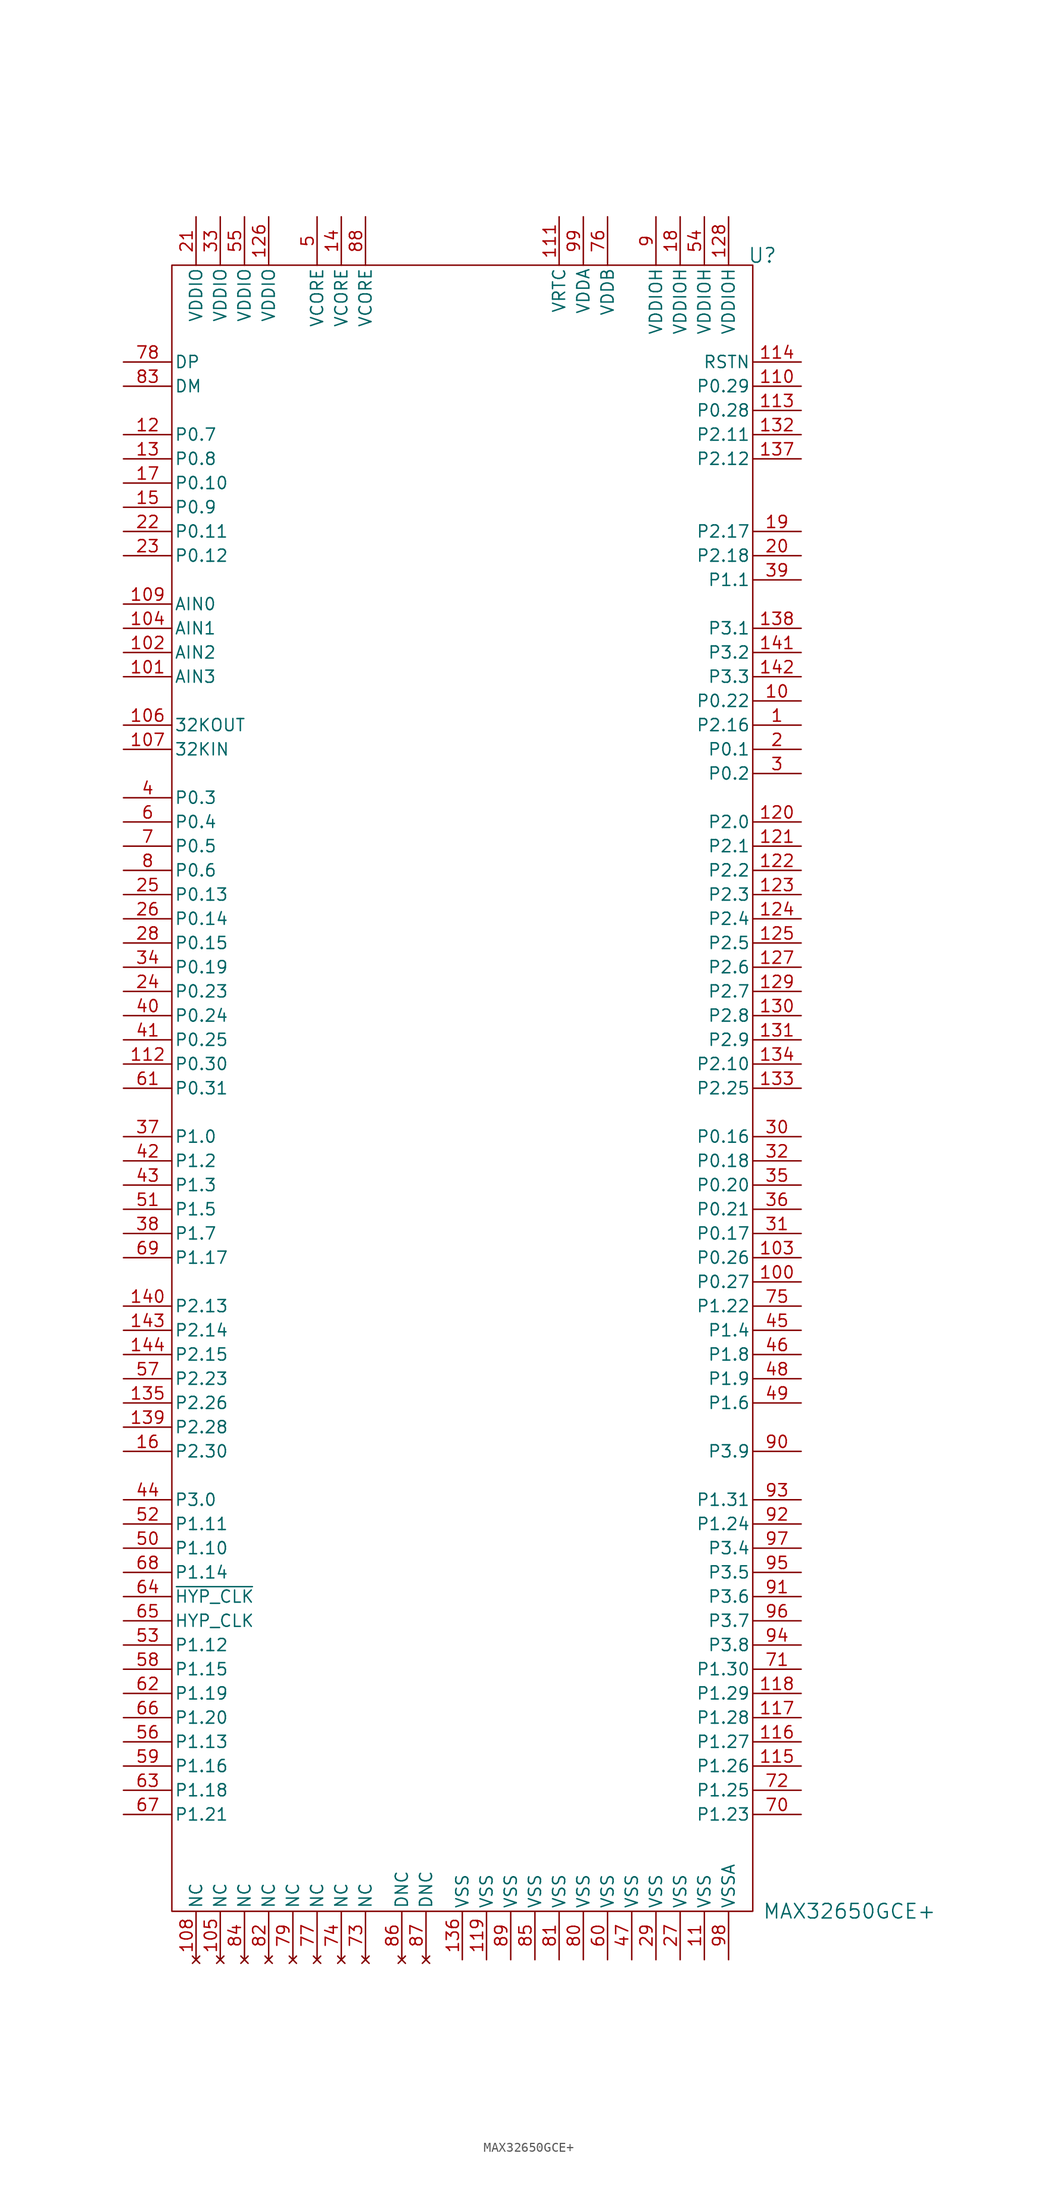
<source format=kicad_sym>
(kicad_symbol_lib
  (version 20231120)
  (generator "kicad_symbol_editor")
  (generator_version "8.0")
  (symbol "MAX32650GCE+"
    (pin_names
      (offset 0.254))
    (property "Reference" "U"
      (at 31.496 89.916 0)
      (effects (font (size 1.524 1.524))))
    (property "Value" "MAX32650GCE+"
      (at 31.496 -83.82 0)
      (effects (font (size 1.524 1.524)) (justify left)))
    (symbol "MAX32650GCE+_1_1"
      (rectangle (start -30.48 88.9) (end 30.48 -83.82) (stroke (width 0) (type default)) (fill (type none)))
      (pin bidirectional line (at 35.56 40.64 180) (length 5.08) (name "P2.16" (effects (font (size 1.27 1.27)))) (number "1" (effects (font (size 1.27 1.27)))) (alternate "CLCD_R5" bidirectional line) (alternate "UART1_TX" bidirectional line))
      (pin bidirectional line (at 35.56 43.18 180) (length 5.08) (name "P0.22" (effects (font (size 1.27 1.27)))) (number "10" (effects (font (size 1.27 1.27)))) (alternate "CLCD_VDEN" bidirectional line) (alternate "SPI0_SS0" bidirectional line))
      (pin bidirectional line (at 35.56 -17.78 180) (length 5.08) (name "P0.27" (effects (font (size 1.27 1.27)))) (number "100" (effects (font (size 1.27 1.27)))) (alternate "TDO" bidirectional line))
      (pin input line (at -35.56 45.72 0) (length 5.08) (name "AIN3" (effects (font (size 1.27 1.27)))) (number "101" (effects (font (size 1.27 1.27)))))
      (pin input line (at -35.56 48.26 0) (length 5.08) (name "AIN2" (effects (font (size 1.27 1.27)))) (number "102" (effects (font (size 1.27 1.27)))))
      (pin bidirectional line (at 35.56 -15.24 180) (length 5.08) (name "P0.26" (effects (font (size 1.27 1.27)))) (number "103" (effects (font (size 1.27 1.27)))) (alternate "TDI" bidirectional line))
      (pin input line (at -35.56 50.8 0) (length 5.08) (name "AIN1" (effects (font (size 1.27 1.27)))) (number "104" (effects (font (size 1.27 1.27)))))
      (pin no_connect line (at -25.4 -88.9 90) (length 5.08) (name "NC" (effects (font (size 1.27 1.27)))) (number "105" (effects (font (size 1.27 1.27)))))
      (pin output line (at -35.56 40.64 0) (length 5.08) (name "32KOUT" (effects (font (size 1.27 1.27)))) (number "106" (effects (font (size 1.27 1.27)))))
      (pin bidirectional line (at -35.56 38.1 0) (length 5.08) (name "32KIN" (effects (font (size 1.27 1.27)))) (number "107" (effects (font (size 1.27 1.27)))))
      (pin no_connect line (at -27.94 -88.9 90) (length 5.08) (name "NC" (effects (font (size 1.27 1.27)))) (number "108" (effects (font (size 1.27 1.27)))))
      (pin bidirectional line (at -35.56 53.34 0) (length 5.08) (name "AIN0" (effects (font (size 1.27 1.27)))) (number "109" (effects (font (size 1.27 1.27)))))
      (pin power_out line (at 25.4 -88.9 90) (length 5.08) (name "VSS" (effects (font (size 1.27 1.27)))) (number "11" (effects (font (size 1.27 1.27)))))
      (pin bidirectional line (at 35.56 76.2 180) (length 5.08) (name "P0.29" (effects (font (size 1.27 1.27)))) (number "110" (effects (font (size 1.27 1.27)))) (alternate "TCK (SWDCLK)" bidirectional line))
      (pin unspecified line (at 10.16 93.98 270) (length 5.08) (name "VRTC" (effects (font (size 1.27 1.27)))) (number "111" (effects (font (size 1.27 1.27)))))
      (pin bidirectional line (at -35.56 5.08 0) (length 5.08) (name "P0.30" (effects (font (size 1.27 1.27)))) (number "112" (effects (font (size 1.27 1.27)))) (alternate "CLCD_B0" bidirectional line))
      (pin bidirectional line (at 35.56 73.66 180) (length 5.08) (name "P0.28" (effects (font (size 1.27 1.27)))) (number "113" (effects (font (size 1.27 1.27)))) (alternate "TMS (SWDIO)" bidirectional line))
      (pin unspecified line (at 35.56 78.74 180) (length 5.08) (name "RSTN" (effects (font (size 1.27 1.27)))) (number "114" (effects (font (size 1.27 1.27)))))
      (pin bidirectional line (at 35.56 -68.58 180) (length 5.08) (name "P1.26" (effects (font (size 1.27 1.27)))) (number "115" (effects (font (size 1.27 1.27)))) (alternate "CLCD_B4" bidirectional line) (alternate "SPI1_SCK" bidirectional line))
      (pin bidirectional line (at 35.56 -66.04 180) (length 5.08) (name "P1.27" (effects (font (size 1.27 1.27)))) (number "116" (effects (font (size 1.27 1.27)))) (alternate "CLCD_B5" bidirectional line) (alternate "SPI1_SS3" bidirectional line))
      (pin bidirectional line (at 35.56 -63.5 180) (length 5.08) (name "P1.28" (effects (font (size 1.27 1.27)))) (number "117" (effects (font (size 1.27 1.27)))) (alternate "CLCD_B6" bidirectional line) (alternate "SPI1_MISO" bidirectional line))
      (pin bidirectional line (at 35.56 -60.96 180) (length 5.08) (name "P1.29" (effects (font (size 1.27 1.27)))) (number "118" (effects (font (size 1.27 1.27)))) (alternate "CLCD_B7" bidirectional line) (alternate "SPI1_MOSI" bidirectional line))
      (pin power_out line (at 2.54 -88.9 90) (length 5.08) (name "VSS" (effects (font (size 1.27 1.27)))) (number "119" (effects (font (size 1.27 1.27)))))
      (pin bidirectional line (at -35.56 71.12 0) (length 5.08) (name "P0.7" (effects (font (size 1.27 1.27)))) (number "12" (effects (font (size 1.27 1.27)))) (alternate "SPIXF_SS0" bidirectional line))
      (pin bidirectional line (at 35.56 30.48 180) (length 5.08) (name "P2.0" (effects (font (size 1.27 1.27)))) (number "120" (effects (font (size 1.27 1.27)))) (alternate "PT9" bidirectional line) (alternate "SPI2_SS2" bidirectional line))
      (pin bidirectional line (at 35.56 27.94 180) (length 5.08) (name "P2.1" (effects (font (size 1.27 1.27)))) (number "121" (effects (font (size 1.27 1.27)))) (alternate "PT10" bidirectional line) (alternate "SPI2_SS1" bidirectional line))
      (pin bidirectional line (at 35.56 25.4 180) (length 5.08) (name "P2.2" (effects (font (size 1.27 1.27)))) (number "122" (effects (font (size 1.27 1.27)))) (alternate "CLCD_LEND" bidirectional line) (alternate "SPI2_SCK (I2S-BCLK)" bidirectional line))
      (pin bidirectional line (at 35.56 22.86 180) (length 5.08) (name "P2.3" (effects (font (size 1.27 1.27)))) (number "123" (effects (font (size 1.27 1.27)))) (alternate "CLCD_PWREN" bidirectional line) (alternate "SPI2_MISO (I2S-SDI)" bidirectional line))
      (pin bidirectional line (at 35.56 20.32 180) (length 5.08) (name "P2.4" (effects (font (size 1.27 1.27)))) (number "124" (effects (font (size 1.27 1.27)))) (alternate "SPI2_MOSI (I2S-SDO)" bidirectional line))
      (pin bidirectional line (at 35.56 17.78 180) (length 5.08) (name "P2.5" (effects (font (size 1.27 1.27)))) (number "125" (effects (font (size 1.27 1.27)))) (alternate "PT11" bidirectional line) (alternate "SPI2_SS0 (I2S_LRCLK)" bidirectional line))
      (pin power_in line (at -20.32 93.98 270) (length 5.08) (name "VDDIO" (effects (font (size 1.27 1.27)))) (number "126" (effects (font (size 1.27 1.27)))))
      (pin bidirectional line (at 35.56 15.24 180) (length 5.08) (name "P2.6" (effects (font (size 1.27 1.27)))) (number "127" (effects (font (size 1.27 1.27)))) (alternate "CLCD_VSYNC" bidirectional line) (alternate "SPI2_SS3" bidirectional line))
      (pin power_in line (at 27.94 93.98 270) (length 5.08) (name "VDDIOH" (effects (font (size 1.27 1.27)))) (number "128" (effects (font (size 1.27 1.27)))))
      (pin bidirectional line (at 35.56 12.7 180) (length 5.08) (name "P2.7" (effects (font (size 1.27 1.27)))) (number "129" (effects (font (size 1.27 1.27)))) (alternate "I2C0_SDA" bidirectional line))
      (pin bidirectional line (at -35.56 68.58 0) (length 5.08) (name "P0.8" (effects (font (size 1.27 1.27)))) (number "13" (effects (font (size 1.27 1.27)))) (alternate "SPIXF_SCK" bidirectional line))
      (pin bidirectional line (at 35.56 10.16 180) (length 5.08) (name "P2.8" (effects (font (size 1.27 1.27)))) (number "130" (effects (font (size 1.27 1.27)))) (alternate "I2C0_SCL" bidirectional line))
      (pin bidirectional line (at 35.56 7.62 180) (length 5.08) (name "P2.9" (effects (font (size 1.27 1.27)))) (number "131" (effects (font (size 1.27 1.27)))) (alternate "PT12" bidirectional line) (alternate "UART0_CTS" bidirectional line))
      (pin bidirectional line (at 35.56 71.12 180) (length 5.08) (name "P2.11" (effects (font (size 1.27 1.27)))) (number "132" (effects (font (size 1.27 1.27)))) (alternate "PT13" bidirectional line) (alternate "UART0_RX" bidirectional line))
      (pin bidirectional line (at 35.56 2.54 180) (length 5.08) (name "P2.25" (effects (font (size 1.27 1.27)))) (number "133" (effects (font (size 1.27 1.27)))) (alternate "PT11" bidirectional line))
      (pin bidirectional line (at 35.56 5.08 180) (length 5.08) (name "P2.10" (effects (font (size 1.27 1.27)))) (number "134" (effects (font (size 1.27 1.27)))) (alternate "PT14" bidirectional line) (alternate "UART0_RTS" bidirectional line))
      (pin bidirectional line (at -35.56 -30.48 0) (length 5.08) (name "P2.26" (effects (font (size 1.27 1.27)))) (number "135" (effects (font (size 1.27 1.27)))) (alternate "PT12" bidirectional line))
      (pin power_out line (at 0 -88.9 90) (length 5.08) (name "VSS" (effects (font (size 1.27 1.27)))) (number "136" (effects (font (size 1.27 1.27)))))
      (pin bidirectional line (at 35.56 68.58 180) (length 5.08) (name "P2.12" (effects (font (size 1.27 1.27)))) (number "137" (effects (font (size 1.27 1.27)))) (alternate "PT15" bidirectional line) (alternate "UART0_TX" bidirectional line))
      (pin bidirectional line (at 35.56 50.8 180) (length 5.08) (name "P3.1" (effects (font (size 1.27 1.27)))) (number "138" (effects (font (size 1.27 1.27)))) (alternate "SPI0_MISO" bidirectional line))
      (pin bidirectional line (at -35.56 -33.02 0) (length 5.08) (name "P2.28" (effects (font (size 1.27 1.27)))) (number "139" (effects (font (size 1.27 1.27)))) (alternate "PT14" bidirectional line))
      (pin unspecified line (at -12.7 93.98 270) (length 5.08) (name "VCORE" (effects (font (size 1.27 1.27)))) (number "14" (effects (font (size 1.27 1.27)))))
      (pin bidirectional line (at -35.56 -20.32 0) (length 5.08) (name "P2.13" (effects (font (size 1.27 1.27)))) (number "140" (effects (font (size 1.27 1.27)))) (alternate "CLCD_R2" bidirectional line) (alternate "UART1_CTS" bidirectional line))
      (pin bidirectional line (at 35.56 48.26 180) (length 5.08) (name "P3.2" (effects (font (size 1.27 1.27)))) (number "141" (effects (font (size 1.27 1.27)))) (alternate "SPI0_MOSI" bidirectional line))
      (pin bidirectional line (at 35.56 45.72 180) (length 5.08) (name "P3.3" (effects (font (size 1.27 1.27)))) (number "142" (effects (font (size 1.27 1.27)))) (alternate "SPI0_SCK" bidirectional line))
      (pin bidirectional line (at -35.56 -22.86 0) (length 5.08) (name "P2.14" (effects (font (size 1.27 1.27)))) (number "143" (effects (font (size 1.27 1.27)))) (alternate "CLCD_R3" bidirectional line) (alternate "UART1_RX" bidirectional line))
      (pin bidirectional line (at -35.56 -25.4 0) (length 5.08) (name "P2.15" (effects (font (size 1.27 1.27)))) (number "144" (effects (font (size 1.27 1.27)))) (alternate "CLCD_R4" bidirectional line) (alternate "UART1_RTS" bidirectional line))
      (pin bidirectional line (at -35.56 63.5 0) (length 5.08) (name "P0.9" (effects (font (size 1.27 1.27)))) (number "15" (effects (font (size 1.27 1.27)))) (alternate "SPIXF_SDIO1" bidirectional line))
      (pin bidirectional line (at -35.56 -35.56 0) (length 5.08) (name "P2.30" (effects (font (size 1.27 1.27)))) (number "16" (effects (font (size 1.27 1.27)))) (alternate "PT1" bidirectional line))
      (pin bidirectional line (at -35.56 66.04 0) (length 5.08) (name "P0.10" (effects (font (size 1.27 1.27)))) (number "17" (effects (font (size 1.27 1.27)))) (alternate "SPIXF_SDIO0" bidirectional line))
      (pin power_in line (at 22.86 93.98 270) (length 5.08) (name "VDDIOH" (effects (font (size 1.27 1.27)))) (number "18" (effects (font (size 1.27 1.27)))))
      (pin bidirectional line (at 35.56 60.96 180) (length 5.08) (name "P2.17" (effects (font (size 1.27 1.27)))) (number "19" (effects (font (size 1.27 1.27)))) (alternate "CLCD_R6" bidirectional line) (alternate "I2C1_SDA" bidirectional line))
      (pin bidirectional line (at 35.56 38.1 180) (length 5.08) (name "P0.1" (effects (font (size 1.27 1.27)))) (number "2" (effects (font (size 1.27 1.27)))) (alternate "SPIXR_SDIO0" bidirectional line))
      (pin bidirectional line (at 35.56 58.42 180) (length 5.08) (name "P2.18" (effects (font (size 1.27 1.27)))) (number "20" (effects (font (size 1.27 1.27)))) (alternate "CLCD_R7" bidirectional line) (alternate "I2C1_SCL" bidirectional line))
      (pin power_in line (at -27.94 93.98 270) (length 5.08) (name "VDDIO" (effects (font (size 1.27 1.27)))) (number "21" (effects (font (size 1.27 1.27)))))
      (pin bidirectional line (at -35.56 60.96 0) (length 5.08) (name "P0.11" (effects (font (size 1.27 1.27)))) (number "22" (effects (font (size 1.27 1.27)))) (alternate "SPIXF_SDIO2" bidirectional line))
      (pin bidirectional line (at -35.56 58.42 0) (length 5.08) (name "P0.12" (effects (font (size 1.27 1.27)))) (number "23" (effects (font (size 1.27 1.27)))) (alternate "SPIXF_SDIO3" bidirectional line))
      (pin bidirectional line (at -35.56 12.7 0) (length 5.08) (name "P0.23" (effects (font (size 1.27 1.27)))) (number "24" (effects (font (size 1.27 1.27)))) (alternate "CLCD_CLK" bidirectional line) (alternate "PT15" bidirectional line))
      (pin bidirectional line (at -35.56 22.86 0) (length 5.08) (name "P0.13" (effects (font (size 1.27 1.27)))) (number "25" (effects (font (size 1.27 1.27)))) (alternate "CLCD_G0" bidirectional line) (alternate "SPI3_SS1" bidirectional line))
      (pin bidirectional line (at -35.56 20.32 0) (length 5.08) (name "P0.14" (effects (font (size 1.27 1.27)))) (number "26" (effects (font (size 1.27 1.27)))) (alternate "CLCD_G1" bidirectional line) (alternate "SPI3_SS2" bidirectional line))
      (pin power_out line (at 22.86 -88.9 90) (length 5.08) (name "VSS" (effects (font (size 1.27 1.27)))) (number "27" (effects (font (size 1.27 1.27)))))
      (pin bidirectional line (at -35.56 17.78 0) (length 5.08) (name "P0.15" (effects (font (size 1.27 1.27)))) (number "28" (effects (font (size 1.27 1.27)))) (alternate "CLCD_G2" bidirectional line) (alternate "SPI3_SDIO3" bidirectional line))
      (pin power_out line (at 20.32 -88.9 90) (length 5.08) (name "VSS" (effects (font (size 1.27 1.27)))) (number "29" (effects (font (size 1.27 1.27)))))
      (pin bidirectional line (at 35.56 35.56 180) (length 5.08) (name "P0.2" (effects (font (size 1.27 1.27)))) (number "3" (effects (font (size 1.27 1.27)))) (alternate "SPIXR_SDIO2" bidirectional line))
      (pin bidirectional line (at 35.56 -2.54 180) (length 5.08) (name "P0.16" (effects (font (size 1.27 1.27)))) (number "30" (effects (font (size 1.27 1.27)))) (alternate "CLCD_G3" bidirectional line) (alternate "SPI3_SCK" bidirectional line))
      (pin bidirectional line (at 35.56 -12.7 180) (length 5.08) (name "P0.17" (effects (font (size 1.27 1.27)))) (number "31" (effects (font (size 1.27 1.27)))) (alternate "CLCD_G4" bidirectional line) (alternate "SPI3_SDIO2" bidirectional line))
      (pin bidirectional line (at 35.56 -5.08 180) (length 5.08) (name "P0.18" (effects (font (size 1.27 1.27)))) (number "32" (effects (font (size 1.27 1.27)))) (alternate "CLCD_G5" bidirectional line) (alternate "SPI3_SS3" bidirectional line))
      (pin power_in line (at -25.4 93.98 270) (length 5.08) (name "VDDIO" (effects (font (size 1.27 1.27)))) (number "33" (effects (font (size 1.27 1.27)))))
      (pin bidirectional line (at -35.56 15.24 0) (length 5.08) (name "P0.19" (effects (font (size 1.27 1.27)))) (number "34" (effects (font (size 1.27 1.27)))) (alternate "CLCD_G6" bidirectional line) (alternate "SPI3_SS0" bidirectional line))
      (pin bidirectional line (at 35.56 -7.62 180) (length 5.08) (name "P0.20" (effects (font (size 1.27 1.27)))) (number "35" (effects (font (size 1.27 1.27)))) (alternate "CLCD_G7" bidirectional line) (alternate "SPI3_SDIO1" bidirectional line))
      (pin bidirectional line (at 35.56 -10.16 180) (length 5.08) (name "P0.21" (effects (font (size 1.27 1.27)))) (number "36" (effects (font (size 1.27 1.27)))) (alternate "SPI3_SDIO0" bidirectional line))
      (pin bidirectional line (at -35.56 -2.54 0) (length 5.08) (name "P1.0" (effects (font (size 1.27 1.27)))) (number "37" (effects (font (size 1.27 1.27)))) (alternate "SDHC_CMD" bidirectional line) (alternate "SPIXF_SDIO3" bidirectional line))
      (pin bidirectional line (at -35.56 -12.7 0) (length 5.08) (name "P1.7" (effects (font (size 1.27 1.27)))) (number "38" (effects (font (size 1.27 1.27)))) (alternate "PT1" bidirectional line) (alternate "UART2_CTS" bidirectional line))
      (pin bidirectional line (at 35.56 55.88 180) (length 5.08) (name "P1.1" (effects (font (size 1.27 1.27)))) (number "39" (effects (font (size 1.27 1.27)))) (alternate "SDHC_DAT2" bidirectional line) (alternate "SPIXF_SDIO1" bidirectional line))
      (pin bidirectional line (at -35.56 33.02 0) (length 5.08) (name "P0.3" (effects (font (size 1.27 1.27)))) (number "4" (effects (font (size 1.27 1.27)))) (alternate "SPIXR_SCK" bidirectional line))
      (pin bidirectional line (at -35.56 10.16 0) (length 5.08) (name "P0.24" (effects (font (size 1.27 1.27)))) (number "40" (effects (font (size 1.27 1.27)))) (alternate "CLCD_HSYNC" bidirectional line) (alternate "RXEV" bidirectional line))
      (pin bidirectional line (at -35.56 7.62 0) (length 5.08) (name "P0.25" (effects (font (size 1.27 1.27)))) (number "41" (effects (font (size 1.27 1.27)))) (alternate "CLCD_B0" bidirectional line) (alternate "TXEV" bidirectional line))
      (pin bidirectional line (at -35.56 -5.08 0) (length 5.08) (name "P1.2" (effects (font (size 1.27 1.27)))) (number "42" (effects (font (size 1.27 1.27)))) (alternate "SDHC_WP" bidirectional line) (alternate "SPIXF_SS0" bidirectional line))
      (pin bidirectional line (at -35.56 -7.62 0) (length 5.08) (name "P1.3" (effects (font (size 1.27 1.27)))) (number "43" (effects (font (size 1.27 1.27)))) (alternate "CLCD_CLK" bidirectional line) (alternate "SDHC_DAT3" bidirectional line))
      (pin bidirectional line (at -35.56 -40.64 0) (length 5.08) (name "P3.0" (effects (font (size 1.27 1.27)))) (number "44" (effects (font (size 1.27 1.27)))) (alternate "HYP_CS1N" bidirectional line) (alternate "PDOWN" bidirectional line))
      (pin bidirectional line (at 35.56 -22.86 180) (length 5.08) (name "P1.4" (effects (font (size 1.27 1.27)))) (number "45" (effects (font (size 1.27 1.27)))) (alternate "SDHC_DAT0" bidirectional line) (alternate "SPIXF_SDIO0" bidirectional line))
      (pin bidirectional line (at 35.56 -25.4 180) (length 5.08) (name "P1.8" (effects (font (size 1.27 1.27)))) (number "46" (effects (font (size 1.27 1.27)))) (alternate "PT2" bidirectional line) (alternate "UART2_RTS" bidirectional line))
      (pin power_out line (at 17.78 -88.9 90) (length 5.08) (name "VSS" (effects (font (size 1.27 1.27)))) (number "47" (effects (font (size 1.27 1.27)))))
      (pin bidirectional line (at 35.56 -27.94 180) (length 5.08) (name "P1.9" (effects (font (size 1.27 1.27)))) (number "48" (effects (font (size 1.27 1.27)))) (alternate "PT3" bidirectional line) (alternate "UART2_RX" bidirectional line))
      (pin bidirectional line (at 35.56 -30.48 180) (length 5.08) (name "P1.6" (effects (font (size 1.27 1.27)))) (number "49" (effects (font (size 1.27 1.27)))) (alternate "PT0" bidirectional line) (alternate "SDHC_DAT1" bidirectional line))
      (pin power_in line (at -15.24 93.98 270) (length 5.08) (name "VCORE" (effects (font (size 1.27 1.27)))) (number "5" (effects (font (size 1.27 1.27)))))
      (pin bidirectional line (at -35.56 -45.72 0) (length 5.08) (name "P1.10" (effects (font (size 1.27 1.27)))) (number "50" (effects (font (size 1.27 1.27)))) (alternate "PT4" bidirectional line) (alternate "UART2_TX" bidirectional line))
      (pin bidirectional line (at -35.56 -10.16 0) (length 5.08) (name "P1.5" (effects (font (size 1.27 1.27)))) (number "51" (effects (font (size 1.27 1.27)))) (alternate "SDHC_CLK" bidirectional line) (alternate "SPIXF_SCK" bidirectional line))
      (pin bidirectional line (at -35.56 -43.18 0) (length 5.08) (name "P1.11" (effects (font (size 1.27 1.27)))) (number "52" (effects (font (size 1.27 1.27)))) (alternate "HYP_CS0N" bidirectional line) (alternate "SPIXR_SDIO0" bidirectional line))
      (pin bidirectional line (at -35.56 -55.88 0) (length 5.08) (name "P1.12" (effects (font (size 1.27 1.27)))) (number "53" (effects (font (size 1.27 1.27)))) (alternate "HYP_D0" bidirectional line) (alternate "SPIXR_SDIO1" bidirectional line))
      (pin power_in line (at 25.4 93.98 270) (length 5.08) (name "VDDIOH" (effects (font (size 1.27 1.27)))) (number "54" (effects (font (size 1.27 1.27)))))
      (pin power_in line (at -22.86 93.98 270) (length 5.08) (name "VDDIO" (effects (font (size 1.27 1.27)))) (number "55" (effects (font (size 1.27 1.27)))))
      (pin bidirectional line (at -35.56 -66.04 0) (length 5.08) (name "P1.13" (effects (font (size 1.27 1.27)))) (number "56" (effects (font (size 1.27 1.27)))) (alternate "HYP_D4" bidirectional line) (alternate "SPIXR_SS0" bidirectional line))
      (pin bidirectional line (at -35.56 -27.94 0) (length 5.08) (name "P2.23" (effects (font (size 1.27 1.27)))) (number "57" (effects (font (size 1.27 1.27)))) (alternate "PT6" bidirectional line) (alternate "SPIXR_SDIO3" bidirectional line))
      (pin bidirectional line (at -35.56 -58.42 0) (length 5.08) (name "P1.15" (effects (font (size 1.27 1.27)))) (number "58" (effects (font (size 1.27 1.27)))) (alternate "HYP_D1" bidirectional line) (alternate "SPIXR_SDIO2" bidirectional line))
      (pin bidirectional line (at -35.56 -68.58 0) (length 5.08) (name "P1.16" (effects (font (size 1.27 1.27)))) (number "59" (effects (font (size 1.27 1.27)))) (alternate "HYP_D5" bidirectional line) (alternate "SPIXR_SCK" bidirectional line))
      (pin bidirectional line (at -35.56 30.48 0) (length 5.08) (name "P0.4" (effects (font (size 1.27 1.27)))) (number "6" (effects (font (size 1.27 1.27)))) (alternate "SPIXR_SDIO3" bidirectional line))
      (pin power_out line (at 15.24 -88.9 90) (length 5.08) (name "VSS" (effects (font (size 1.27 1.27)))) (number "60" (effects (font (size 1.27 1.27)))))
      (pin bidirectional line (at -35.56 2.54 0) (length 5.08) (name "P0.31" (effects (font (size 1.27 1.27)))) (number "61" (effects (font (size 1.27 1.27)))) (alternate "32KCAL" bidirectional line) (alternate "SDHC_CDN" bidirectional line))
      (pin bidirectional line (at -35.56 -60.96 0) (length 5.08) (name "P1.19" (effects (font (size 1.27 1.27)))) (number "62" (effects (font (size 1.27 1.27)))) (alternate "HYP_D2" bidirectional line) (alternate "PT7" bidirectional line))
      (pin bidirectional line (at -35.56 -71.12 0) (length 5.08) (name "P1.18" (effects (font (size 1.27 1.27)))) (number "63" (effects (font (size 1.27 1.27)))) (alternate "HYP_D6" bidirectional line) (alternate "PT6" bidirectional line))
      (pin unspecified line (at -35.56 -50.8 0) (length 5.08) (name "~{HYP_CLK}" (effects (font (size 1.27 1.27)))) (number "64" (effects (font (size 1.27 1.27)))))
      (pin unspecified line (at -35.56 -53.34 0) (length 5.08) (name "HYP_CLK" (effects (font (size 1.27 1.27)))) (number "65" (effects (font (size 1.27 1.27)))))
      (pin bidirectional line (at -35.56 -63.5 0) (length 5.08) (name "P1.20" (effects (font (size 1.27 1.27)))) (number "66" (effects (font (size 1.27 1.27)))) (alternate "CLCD_HSYNC" bidirectional line) (alternate "HYP_D3" bidirectional line))
      (pin bidirectional line (at -35.56 -73.66 0) (length 5.08) (name "P1.21" (effects (font (size 1.27 1.27)))) (number "67" (effects (font (size 1.27 1.27)))) (alternate "HYP_D7" bidirectional line) (alternate "PT8" bidirectional line))
      (pin bidirectional line (at -35.56 -48.26 0) (length 5.08) (name "P1.14" (effects (font (size 1.27 1.27)))) (number "68" (effects (font (size 1.27 1.27)))) (alternate "HYP_RWDS" bidirectional line) (alternate "PT5" bidirectional line))
      (pin bidirectional line (at -35.56 -15.24 0) (length 5.08) (name "P1.17" (effects (font (size 1.27 1.27)))) (number "69" (effects (font (size 1.27 1.27)))) (alternate "PT9" bidirectional line))
      (pin bidirectional line (at -35.56 27.94 0) (length 5.08) (name "P0.5" (effects (font (size 1.27 1.27)))) (number "7" (effects (font (size 1.27 1.27)))) (alternate "SPIXR_SDIO1" bidirectional line))
      (pin bidirectional line (at 35.56 -73.66 180) (length 5.08) (name "P1.23" (effects (font (size 1.27 1.27)))) (number "70" (effects (font (size 1.27 1.27)))) (alternate "CLCD_B1" bidirectional line) (alternate "SPI1_SS0" bidirectional line))
      (pin bidirectional line (at 35.56 -58.42 180) (length 5.08) (name "P1.30" (effects (font (size 1.27 1.27)))) (number "71" (effects (font (size 1.27 1.27)))) (alternate "CLCD_R0" bidirectional line) (alternate "OWM_PUPEN" bidirectional line))
      (pin bidirectional line (at 35.56 -71.12 180) (length 5.08) (name "P1.25" (effects (font (size 1.27 1.27)))) (number "72" (effects (font (size 1.27 1.27)))) (alternate "CLCD_B3" bidirectional line) (alternate "SPI1_SS1" bidirectional line))
      (pin no_connect line (at -10.16 -88.9 90) (length 5.08) (name "NC" (effects (font (size 1.27 1.27)))) (number "73" (effects (font (size 1.27 1.27)))))
      (pin no_connect line (at -12.7 -88.9 90) (length 5.08) (name "NC" (effects (font (size 1.27 1.27)))) (number "74" (effects (font (size 1.27 1.27)))))
      (pin bidirectional line (at 35.56 -20.32 180) (length 5.08) (name "P1.22" (effects (font (size 1.27 1.27)))) (number "75" (effects (font (size 1.27 1.27)))))
      (pin power_in line (at 15.24 93.98 270) (length 5.08) (name "VDDB" (effects (font (size 1.27 1.27)))) (number "76" (effects (font (size 1.27 1.27)))))
      (pin no_connect line (at -15.24 -88.9 90) (length 5.08) (name "NC" (effects (font (size 1.27 1.27)))) (number "77" (effects (font (size 1.27 1.27)))))
      (pin unspecified line (at -35.56 78.74 0) (length 5.08) (name "DP" (effects (font (size 1.27 1.27)))) (number "78" (effects (font (size 1.27 1.27)))))
      (pin no_connect line (at -17.78 -88.9 90) (length 5.08) (name "NC" (effects (font (size 1.27 1.27)))) (number "79" (effects (font (size 1.27 1.27)))))
      (pin bidirectional line (at -35.56 25.4 0) (length 5.08) (name "P0.6" (effects (font (size 1.27 1.27)))) (number "8" (effects (font (size 1.27 1.27)))) (alternate "SPIXR_SS0" bidirectional line))
      (pin power_out line (at 12.7 -88.9 90) (length 5.08) (name "VSS" (effects (font (size 1.27 1.27)))) (number "80" (effects (font (size 1.27 1.27)))))
      (pin power_out line (at 10.16 -88.9 90) (length 5.08) (name "VSS" (effects (font (size 1.27 1.27)))) (number "81" (effects (font (size 1.27 1.27)))))
      (pin no_connect line (at -20.32 -88.9 90) (length 5.08) (name "NC" (effects (font (size 1.27 1.27)))) (number "82" (effects (font (size 1.27 1.27)))))
      (pin unspecified line (at -35.56 76.2 0) (length 5.08) (name "DM" (effects (font (size 1.27 1.27)))) (number "83" (effects (font (size 1.27 1.27)))))
      (pin no_connect line (at -22.86 -88.9 90) (length 5.08) (name "NC" (effects (font (size 1.27 1.27)))) (number "84" (effects (font (size 1.27 1.27)))))
      (pin power_out line (at 7.62 -88.9 90) (length 5.08) (name "VSS" (effects (font (size 1.27 1.27)))) (number "85" (effects (font (size 1.27 1.27)))))
      (pin no_connect line (at -6.35 -88.9 90) (length 5.08) (name "DNC" (effects (font (size 1.27 1.27)))) (number "86" (effects (font (size 1.27 1.27)))))
      (pin no_connect line (at -3.81 -88.9 90) (length 5.08) (name "DNC" (effects (font (size 1.27 1.27)))) (number "87" (effects (font (size 1.27 1.27)))))
      (pin unspecified line (at -10.16 93.98 270) (length 5.08) (name "VCORE" (effects (font (size 1.27 1.27)))) (number "88" (effects (font (size 1.27 1.27)))))
      (pin power_out line (at 5.08 -88.9 90) (length 5.08) (name "VSS" (effects (font (size 1.27 1.27)))) (number "89" (effects (font (size 1.27 1.27)))))
      (pin power_in line (at 20.32 93.98 270) (length 5.08) (name "VDDIOH" (effects (font (size 1.27 1.27)))) (number "9" (effects (font (size 1.27 1.27)))))
      (pin bidirectional line (at 35.56 -35.56 180) (length 5.08) (name "P3.9" (effects (font (size 1.27 1.27)))) (number "90" (effects (font (size 1.27 1.27)))) (alternate "TMR5" bidirectional line))
      (pin bidirectional line (at 35.56 -50.8 180) (length 5.08) (name "P3.6" (effects (font (size 1.27 1.27)))) (number "91" (effects (font (size 1.27 1.27)))) (alternate "TMR4" bidirectional line))
      (pin bidirectional line (at 35.56 -43.18 180) (length 5.08) (name "P1.24" (effects (font (size 1.27 1.27)))) (number "92" (effects (font (size 1.27 1.27)))) (alternate "CLCD_B2" bidirectional line) (alternate "SPI1_SS2" bidirectional line))
      (pin bidirectional line (at 35.56 -40.64 180) (length 5.08) (name "P1.31" (effects (font (size 1.27 1.27)))) (number "93" (effects (font (size 1.27 1.27)))) (alternate "CLCD_R1" bidirectional line) (alternate "OWM_IO" bidirectional line))
      (pin bidirectional line (at 35.56 -55.88 180) (length 5.08) (name "P3.8" (effects (font (size 1.27 1.27)))) (number "94" (effects (font (size 1.27 1.27)))) (alternate "TMR3" bidirectional line))
      (pin bidirectional line (at 35.56 -48.26 180) (length 5.08) (name "P3.5" (effects (font (size 1.27 1.27)))) (number "95" (effects (font (size 1.27 1.27)))) (alternate "TMR2" bidirectional line))
      (pin bidirectional line (at 35.56 -53.34 180) (length 5.08) (name "P3.7" (effects (font (size 1.27 1.27)))) (number "96" (effects (font (size 1.27 1.27)))) (alternate "TMR1" bidirectional line))
      (pin bidirectional line (at 35.56 -45.72 180) (length 5.08) (name "P3.4" (effects (font (size 1.27 1.27)))) (number "97" (effects (font (size 1.27 1.27)))) (alternate "TMR0" bidirectional line))
      (pin power_out line (at 27.94 -88.9 90) (length 5.08) (name "VSSA" (effects (font (size 1.27 1.27)))) (number "98" (effects (font (size 1.27 1.27)))))
      (pin power_in line (at 12.7 93.98 270) (length 5.08) (name "VDDA" (effects (font (size 1.27 1.27)))) (number "99" (effects (font (size 1.27 1.27))))))))
</source>
